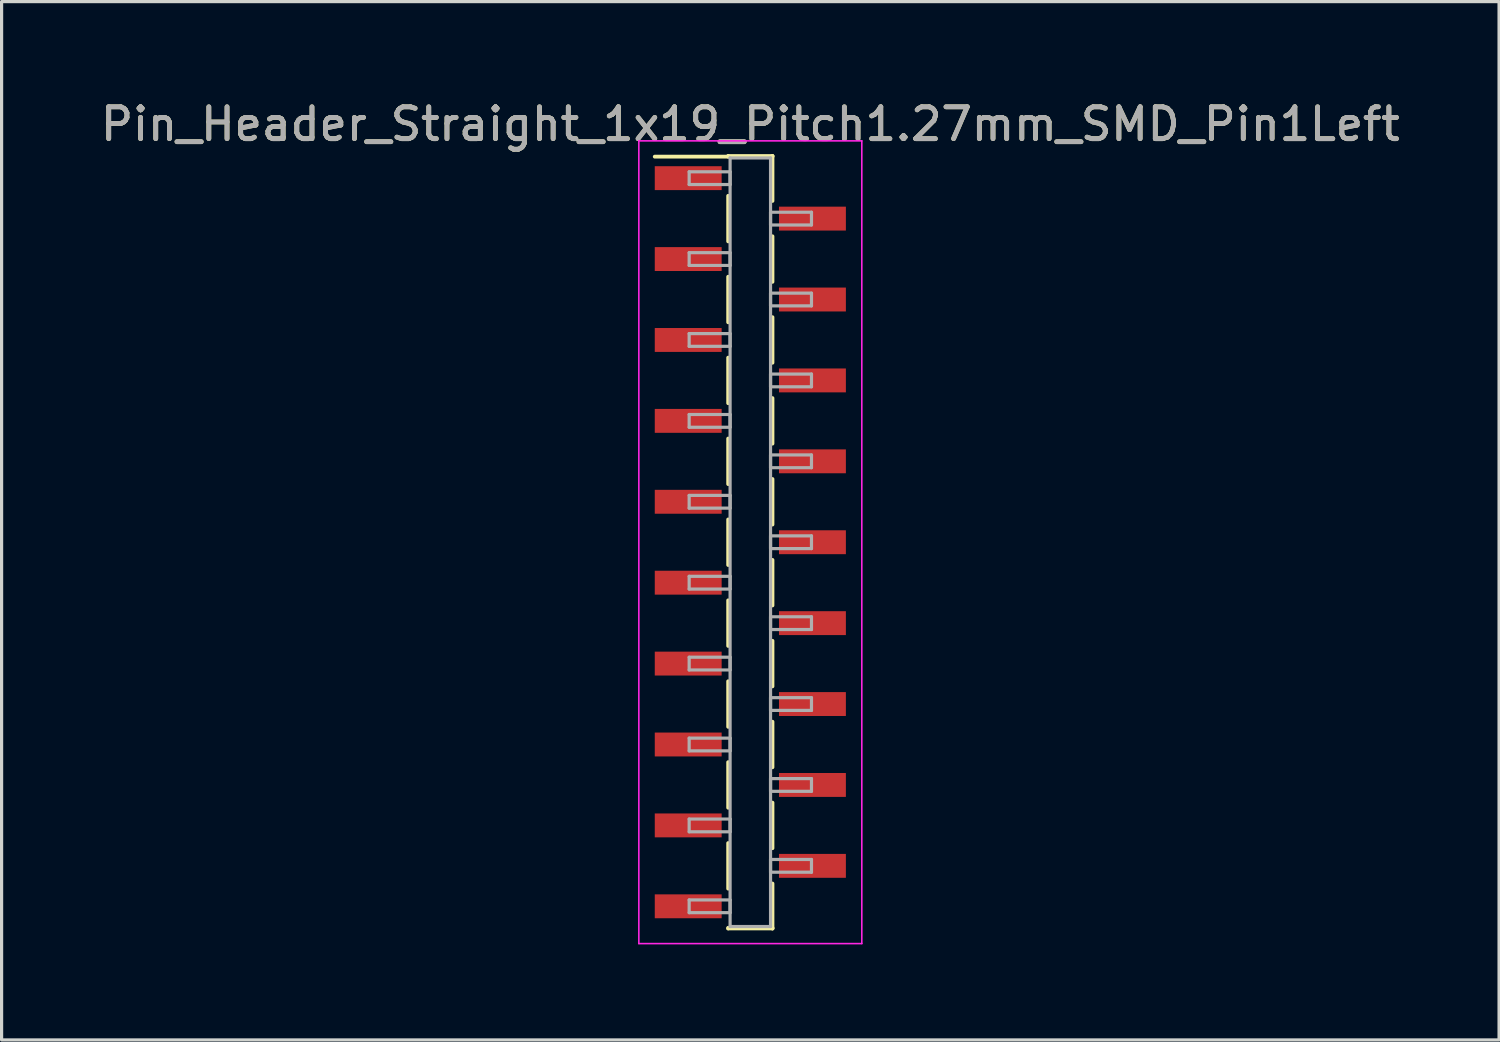
<source format=kicad_pcb>
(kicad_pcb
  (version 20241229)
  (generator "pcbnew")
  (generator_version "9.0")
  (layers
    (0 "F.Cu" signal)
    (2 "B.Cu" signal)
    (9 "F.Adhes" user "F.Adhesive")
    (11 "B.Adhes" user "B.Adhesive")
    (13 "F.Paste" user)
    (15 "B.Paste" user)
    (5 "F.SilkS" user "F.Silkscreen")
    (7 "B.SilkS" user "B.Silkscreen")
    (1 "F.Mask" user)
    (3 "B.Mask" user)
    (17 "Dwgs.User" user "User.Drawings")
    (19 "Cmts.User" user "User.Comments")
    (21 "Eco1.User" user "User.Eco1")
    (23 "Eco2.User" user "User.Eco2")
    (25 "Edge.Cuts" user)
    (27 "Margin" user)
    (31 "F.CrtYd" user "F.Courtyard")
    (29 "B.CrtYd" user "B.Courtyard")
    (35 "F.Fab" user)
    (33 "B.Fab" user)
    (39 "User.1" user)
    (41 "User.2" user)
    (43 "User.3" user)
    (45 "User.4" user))
  (footprint "Pin_Header_Straight_1x19_Pitch1.27mm_SMD_Pin1Left"
    (layer "F.Cu")
    (at 20.506 13.973)
    (property "Reference" "Pin_Header_Straight_1x19_Pitch1.27mm_SMD_Pin1Left" (at 0 -13.125 0) (layer "F.SilkS") (effects (font (size 1 1) (thickness 0.15))))
    (attr smd)
    (fp_line (start -0.695 -12.125) (end 0.695 -12.125) (stroke (width 0.12) (type solid)) (layer "F.SilkS"))
    (fp_line (start -0.695 -12.105) (end -3 -12.105) (stroke (width 0.12) (type solid)) (layer "F.SilkS"))
    (fp_line (start -0.695 -12.105) (end -0.695 -12.125) (stroke (width 0.12) (type solid)) (layer "F.SilkS"))
    (fp_line (start -0.695 -10.875) (end -0.695 -9.445) (stroke (width 0.12) (type solid)) (layer "F.SilkS"))
    (fp_line (start -0.695 -8.335) (end -0.695 -6.905) (stroke (width 0.12) (type solid)) (layer "F.SilkS"))
    (fp_line (start -0.695 -5.795) (end -0.695 -4.365) (stroke (width 0.12) (type solid)) (layer "F.SilkS"))
    (fp_line (start -0.695 -3.255) (end -0.695 -1.825) (stroke (width 0.12) (type solid)) (layer "F.SilkS"))
    (fp_line (start -0.695 -0.715) (end -0.695 0.715) (stroke (width 0.12) (type solid)) (layer "F.SilkS"))
    (fp_line (start -0.695 1.825) (end -0.695 3.255) (stroke (width 0.12) (type solid)) (layer "F.SilkS"))
    (fp_line (start -0.695 4.365) (end -0.695 5.795) (stroke (width 0.12) (type solid)) (layer "F.SilkS"))
    (fp_line (start -0.695 6.905) (end -0.695 8.335) (stroke (width 0.12) (type solid)) (layer "F.SilkS"))
    (fp_line (start -0.695 9.445) (end -0.695 10.875) (stroke (width 0.12) (type solid)) (layer "F.SilkS"))
    (fp_line (start -0.695 12.105) (end -0.695 12.125) (stroke (width 0.12) (type solid)) (layer "F.SilkS"))
    (fp_line (start -0.695 12.125) (end 0.695 12.125) (stroke (width 0.12) (type solid)) (layer "F.SilkS"))
    (fp_line (start 0.695 -12.125) (end 0.695 -12.105) (stroke (width 0.12) (type solid)) (layer "F.SilkS"))
    (fp_line (start 0.695 -12.125) (end 0.695 -10.715) (stroke (width 0.12) (type solid)) (layer "F.SilkS"))
    (fp_line (start 0.695 -9.605) (end 0.695 -8.175) (stroke (width 0.12) (type solid)) (layer "F.SilkS"))
    (fp_line (start 0.695 -7.065) (end 0.695 -5.635) (stroke (width 0.12) (type solid)) (layer "F.SilkS"))
    (fp_line (start 0.695 -4.525) (end 0.695 -3.095) (stroke (width 0.12) (type solid)) (layer "F.SilkS"))
    (fp_line (start 0.695 -1.985) (end 0.695 -0.555) (stroke (width 0.12) (type solid)) (layer "F.SilkS"))
    (fp_line (start 0.695 0.555) (end 0.695 1.985) (stroke (width 0.12) (type solid)) (layer "F.SilkS"))
    (fp_line (start 0.695 3.095) (end 0.695 4.525) (stroke (width 0.12) (type solid)) (layer "F.SilkS"))
    (fp_line (start 0.695 5.635) (end 0.695 7.065) (stroke (width 0.12) (type solid)) (layer "F.SilkS"))
    (fp_line (start 0.695 8.175) (end 0.695 9.605) (stroke (width 0.12) (type solid)) (layer "F.SilkS"))
    (fp_line (start 0.695 10.715) (end 0.695 12.125) (stroke (width 0.12) (type solid)) (layer "F.SilkS"))
    (fp_line (start 0.695 12.125) (end 0.695 12.105) (stroke (width 0.12) (type solid)) (layer "F.SilkS"))
    (fp_line (start -3.5 -12.6) (end -3.5 12.6) (stroke (width 0.05) (type solid)) (layer "F.CrtYd"))
    (fp_line (start -3.5 12.6) (end 3.5 12.6) (stroke (width 0.05) (type solid)) (layer "F.CrtYd"))
    (fp_line (start 3.5 -12.6) (end -3.5 -12.6) (stroke (width 0.05) (type solid)) (layer "F.CrtYd"))
    (fp_line (start 3.5 12.6) (end 3.5 -12.6) (stroke (width 0.05) (type solid)) (layer "F.CrtYd"))
    (fp_line (start -1.92 -11.63) (end -0.635 -11.63) (stroke (width 0.1) (type solid)) (layer "F.Fab"))
    (fp_line (start -1.92 -11.23) (end -1.92 -11.63) (stroke (width 0.1) (type solid)) (layer "F.Fab"))
    (fp_line (start -1.92 -9.09) (end -0.635 -9.09) (stroke (width 0.1) (type solid)) (layer "F.Fab"))
    (fp_line (start -1.92 -8.69) (end -1.92 -9.09) (stroke (width 0.1) (type solid)) (layer "F.Fab"))
    (fp_line (start -1.92 -6.55) (end -0.635 -6.55) (stroke (width 0.1) (type solid)) (layer "F.Fab"))
    (fp_line (start -1.92 -6.15) (end -1.92 -6.55) (stroke (width 0.1) (type solid)) (layer "F.Fab"))
    (fp_line (start -1.92 -4.01) (end -0.635 -4.01) (stroke (width 0.1) (type solid)) (layer "F.Fab"))
    (fp_line (start -1.92 -3.61) (end -1.92 -4.01) (stroke (width 0.1) (type solid)) (layer "F.Fab"))
    (fp_line (start -1.92 -1.47) (end -0.635 -1.47) (stroke (width 0.1) (type solid)) (layer "F.Fab"))
    (fp_line (start -1.92 -1.07) (end -1.92 -1.47) (stroke (width 0.1) (type solid)) (layer "F.Fab"))
    (fp_line (start -1.92 1.07) (end -0.635 1.07) (stroke (width 0.1) (type solid)) (layer "F.Fab"))
    (fp_line (start -1.92 1.47) (end -1.92 1.07) (stroke (width 0.1) (type solid)) (layer "F.Fab"))
    (fp_line (start -1.92 3.61) (end -0.635 3.61) (stroke (width 0.1) (type solid)) (layer "F.Fab"))
    (fp_line (start -1.92 4.01) (end -1.92 3.61) (stroke (width 0.1) (type solid)) (layer "F.Fab"))
    (fp_line (start -1.92 6.15) (end -0.635 6.15) (stroke (width 0.1) (type solid)) (layer "F.Fab"))
    (fp_line (start -1.92 6.55) (end -1.92 6.15) (stroke (width 0.1) (type solid)) (layer "F.Fab"))
    (fp_line (start -1.92 8.69) (end -0.635 8.69) (stroke (width 0.1) (type solid)) (layer "F.Fab"))
    (fp_line (start -1.92 9.09) (end -1.92 8.69) (stroke (width 0.1) (type solid)) (layer "F.Fab"))
    (fp_line (start -1.92 11.23) (end -0.635 11.23) (stroke (width 0.1) (type solid)) (layer "F.Fab"))
    (fp_line (start -1.92 11.63) (end -1.92 11.23) (stroke (width 0.1) (type solid)) (layer "F.Fab"))
    (fp_line (start -0.635 -12.065) (end -0.635 12.065) (stroke (width 0.1) (type solid)) (layer "F.Fab"))
    (fp_line (start -0.635 -11.63) (end -0.635 -11.23) (stroke (width 0.1) (type solid)) (layer "F.Fab"))
    (fp_line (start -0.635 -11.23) (end -1.92 -11.23) (stroke (width 0.1) (type solid)) (layer "F.Fab"))
    (fp_line (start -0.635 -9.09) (end -0.635 -8.69) (stroke (width 0.1) (type solid)) (layer "F.Fab"))
    (fp_line (start -0.635 -8.69) (end -1.92 -8.69) (stroke (width 0.1) (type solid)) (layer "F.Fab"))
    (fp_line (start -0.635 -6.55) (end -0.635 -6.15) (stroke (width 0.1) (type solid)) (layer "F.Fab"))
    (fp_line (start -0.635 -6.15) (end -1.92 -6.15) (stroke (width 0.1) (type solid)) (layer "F.Fab"))
    (fp_line (start -0.635 -4.01) (end -0.635 -3.61) (stroke (width 0.1) (type solid)) (layer "F.Fab"))
    (fp_line (start -0.635 -3.61) (end -1.92 -3.61) (stroke (width 0.1) (type solid)) (layer "F.Fab"))
    (fp_line (start -0.635 -1.47) (end -0.635 -1.07) (stroke (width 0.1) (type solid)) (layer "F.Fab"))
    (fp_line (start -0.635 -1.07) (end -1.92 -1.07) (stroke (width 0.1) (type solid)) (layer "F.Fab"))
    (fp_line (start -0.635 1.07) (end -0.635 1.47) (stroke (width 0.1) (type solid)) (layer "F.Fab"))
    (fp_line (start -0.635 1.47) (end -1.92 1.47) (stroke (width 0.1) (type solid)) (layer "F.Fab"))
    (fp_line (start -0.635 3.61) (end -0.635 4.01) (stroke (width 0.1) (type solid)) (layer "F.Fab"))
    (fp_line (start -0.635 4.01) (end -1.92 4.01) (stroke (width 0.1) (type solid)) (layer "F.Fab"))
    (fp_line (start -0.635 6.15) (end -0.635 6.55) (stroke (width 0.1) (type solid)) (layer "F.Fab"))
    (fp_line (start -0.635 6.55) (end -1.92 6.55) (stroke (width 0.1) (type solid)) (layer "F.Fab"))
    (fp_line (start -0.635 8.69) (end -0.635 9.09) (stroke (width 0.1) (type solid)) (layer "F.Fab"))
    (fp_line (start -0.635 9.09) (end -1.92 9.09) (stroke (width 0.1) (type solid)) (layer "F.Fab"))
    (fp_line (start -0.635 11.23) (end -0.635 11.63) (stroke (width 0.1) (type solid)) (layer "F.Fab"))
    (fp_line (start -0.635 11.63) (end -1.92 11.63) (stroke (width 0.1) (type solid)) (layer "F.Fab"))
    (fp_line (start -0.635 12.065) (end 0.635 12.065) (stroke (width 0.1) (type solid)) (layer "F.Fab"))
    (fp_line (start 0.635 -12.065) (end -0.635 -12.065) (stroke (width 0.1) (type solid)) (layer "F.Fab"))
    (fp_line (start 0.635 -10.36) (end 0.635 -9.96) (stroke (width 0.1) (type solid)) (layer "F.Fab"))
    (fp_line (start 0.635 -9.96) (end 1.92 -9.96) (stroke (width 0.1) (type solid)) (layer "F.Fab"))
    (fp_line (start 0.635 -7.82) (end 0.635 -7.42) (stroke (width 0.1) (type solid)) (layer "F.Fab"))
    (fp_line (start 0.635 -7.42) (end 1.92 -7.42) (stroke (width 0.1) (type solid)) (layer "F.Fab"))
    (fp_line (start 0.635 -5.28) (end 0.635 -4.88) (stroke (width 0.1) (type solid)) (layer "F.Fab"))
    (fp_line (start 0.635 -4.88) (end 1.92 -4.88) (stroke (width 0.1) (type solid)) (layer "F.Fab"))
    (fp_line (start 0.635 -2.74) (end 0.635 -2.34) (stroke (width 0.1) (type solid)) (layer "F.Fab"))
    (fp_line (start 0.635 -2.34) (end 1.92 -2.34) (stroke (width 0.1) (type solid)) (layer "F.Fab"))
    (fp_line (start 0.635 -0.2) (end 0.635 0.2) (stroke (width 0.1) (type solid)) (layer "F.Fab"))
    (fp_line (start 0.635 0.2) (end 1.92 0.2) (stroke (width 0.1) (type solid)) (layer "F.Fab"))
    (fp_line (start 0.635 2.34) (end 0.635 2.74) (stroke (width 0.1) (type solid)) (layer "F.Fab"))
    (fp_line (start 0.635 2.74) (end 1.92 2.74) (stroke (width 0.1) (type solid)) (layer "F.Fab"))
    (fp_line (start 0.635 4.88) (end 0.635 5.28) (stroke (width 0.1) (type solid)) (layer "F.Fab"))
    (fp_line (start 0.635 5.28) (end 1.92 5.28) (stroke (width 0.1) (type solid)) (layer "F.Fab"))
    (fp_line (start 0.635 7.42) (end 0.635 7.82) (stroke (width 0.1) (type solid)) (layer "F.Fab"))
    (fp_line (start 0.635 7.82) (end 1.92 7.82) (stroke (width 0.1) (type solid)) (layer "F.Fab"))
    (fp_line (start 0.635 9.96) (end 0.635 10.36) (stroke (width 0.1) (type solid)) (layer "F.Fab"))
    (fp_line (start 0.635 10.36) (end 1.92 10.36) (stroke (width 0.1) (type solid)) (layer "F.Fab"))
    (fp_line (start 0.635 12.065) (end 0.635 -12.065) (stroke (width 0.1) (type solid)) (layer "F.Fab"))
    (fp_line (start 1.92 -10.36) (end 0.635 -10.36) (stroke (width 0.1) (type solid)) (layer "F.Fab"))
    (fp_line (start 1.92 -9.96) (end 1.92 -10.36) (stroke (width 0.1) (type solid)) (layer "F.Fab"))
    (fp_line (start 1.92 -7.82) (end 0.635 -7.82) (stroke (width 0.1) (type solid)) (layer "F.Fab"))
    (fp_line (start 1.92 -7.42) (end 1.92 -7.82) (stroke (width 0.1) (type solid)) (layer "F.Fab"))
    (fp_line (start 1.92 -5.28) (end 0.635 -5.28) (stroke (width 0.1) (type solid)) (layer "F.Fab"))
    (fp_line (start 1.92 -4.88) (end 1.92 -5.28) (stroke (width 0.1) (type solid)) (layer "F.Fab"))
    (fp_line (start 1.92 -2.74) (end 0.635 -2.74) (stroke (width 0.1) (type solid)) (layer "F.Fab"))
    (fp_line (start 1.92 -2.34) (end 1.92 -2.74) (stroke (width 0.1) (type solid)) (layer "F.Fab"))
    (fp_line (start 1.92 -0.2) (end 0.635 -0.2) (stroke (width 0.1) (type solid)) (layer "F.Fab"))
    (fp_line (start 1.92 0.2) (end 1.92 -0.2) (stroke (width 0.1) (type solid)) (layer "F.Fab"))
    (fp_line (start 1.92 2.34) (end 0.635 2.34) (stroke (width 0.1) (type solid)) (layer "F.Fab"))
    (fp_line (start 1.92 2.74) (end 1.92 2.34) (stroke (width 0.1) (type solid)) (layer "F.Fab"))
    (fp_line (start 1.92 4.88) (end 0.635 4.88) (stroke (width 0.1) (type solid)) (layer "F.Fab"))
    (fp_line (start 1.92 5.28) (end 1.92 4.88) (stroke (width 0.1) (type solid)) (layer "F.Fab"))
    (fp_line (start 1.92 7.42) (end 0.635 7.42) (stroke (width 0.1) (type solid)) (layer "F.Fab"))
    (fp_line (start 1.92 7.82) (end 1.92 7.42) (stroke (width 0.1) (type solid)) (layer "F.Fab"))
    (fp_line (start 1.92 9.96) (end 0.635 9.96) (stroke (width 0.1) (type solid)) (layer "F.Fab"))
    (fp_line (start 1.92 10.36) (end 1.92 9.96) (stroke (width 0.1) (type solid)) (layer "F.Fab"))
    (fp_text user "${REFERENCE}" (at 0 -13.125 0) (layer "F.Fab") (effects (font (size 1 1) (thickness 0.15))))
    (pad "1" smd rect (at -1.95 -11.43) (size 2.1 0.75) (layers "F.Cu" "F.Mask" "F.Paste"))
    (pad "2" smd rect (at 1.95 -10.16) (size 2.1 0.75) (layers "F.Cu" "F.Mask" "F.Paste"))
    (pad "3" smd rect (at -1.95 -8.89) (size 2.1 0.75) (layers "F.Cu" "F.Mask" "F.Paste"))
    (pad "4" smd rect (at 1.95 -7.62) (size 2.1 0.75) (layers "F.Cu" "F.Mask" "F.Paste"))
    (pad "5" smd rect (at -1.95 -6.35) (size 2.1 0.75) (layers "F.Cu" "F.Mask" "F.Paste"))
    (pad "6" smd rect (at 1.95 -5.08) (size 2.1 0.75) (layers "F.Cu" "F.Mask" "F.Paste"))
    (pad "7" smd rect (at -1.95 -3.81) (size 2.1 0.75) (layers "F.Cu" "F.Mask" "F.Paste"))
    (pad "8" smd rect (at 1.95 -2.54) (size 2.1 0.75) (layers "F.Cu" "F.Mask" "F.Paste"))
    (pad "9" smd rect (at -1.95 -1.27) (size 2.1 0.75) (layers "F.Cu" "F.Mask" "F.Paste"))
    (pad "10" smd rect (at 1.95 0) (size 2.1 0.75) (layers "F.Cu" "F.Mask" "F.Paste"))
    (pad "11" smd rect (at -1.95 1.27) (size 2.1 0.75) (layers "F.Cu" "F.Mask" "F.Paste"))
    (pad "12" smd rect (at 1.95 2.54) (size 2.1 0.75) (layers "F.Cu" "F.Mask" "F.Paste"))
    (pad "13" smd rect (at -1.95 3.81) (size 2.1 0.75) (layers "F.Cu" "F.Mask" "F.Paste"))
    (pad "14" smd rect (at 1.95 5.08) (size 2.1 0.75) (layers "F.Cu" "F.Mask" "F.Paste"))
    (pad "15" smd rect (at -1.95 6.35) (size 2.1 0.75) (layers "F.Cu" "F.Mask" "F.Paste"))
    (pad "16" smd rect (at 1.95 7.62) (size 2.1 0.75) (layers "F.Cu" "F.Mask" "F.Paste"))
    (pad "17" smd rect (at -1.95 8.89) (size 2.1 0.75) (layers "F.Cu" "F.Mask" "F.Paste"))
    (pad "18" smd rect (at 1.95 10.16) (size 2.1 0.75) (layers "F.Cu" "F.Mask" "F.Paste"))
    (pad "19" smd rect (at -1.95 11.43) (size 2.1 0.75) (layers "F.Cu" "F.Mask" "F.Paste")))
  (gr_rect
    (start -3 -3)
    (end 44.012 29.598)
    (stroke (width 0.1) (type default))
    (fill no)
    (layer "Edge.Cuts")))
</source>
